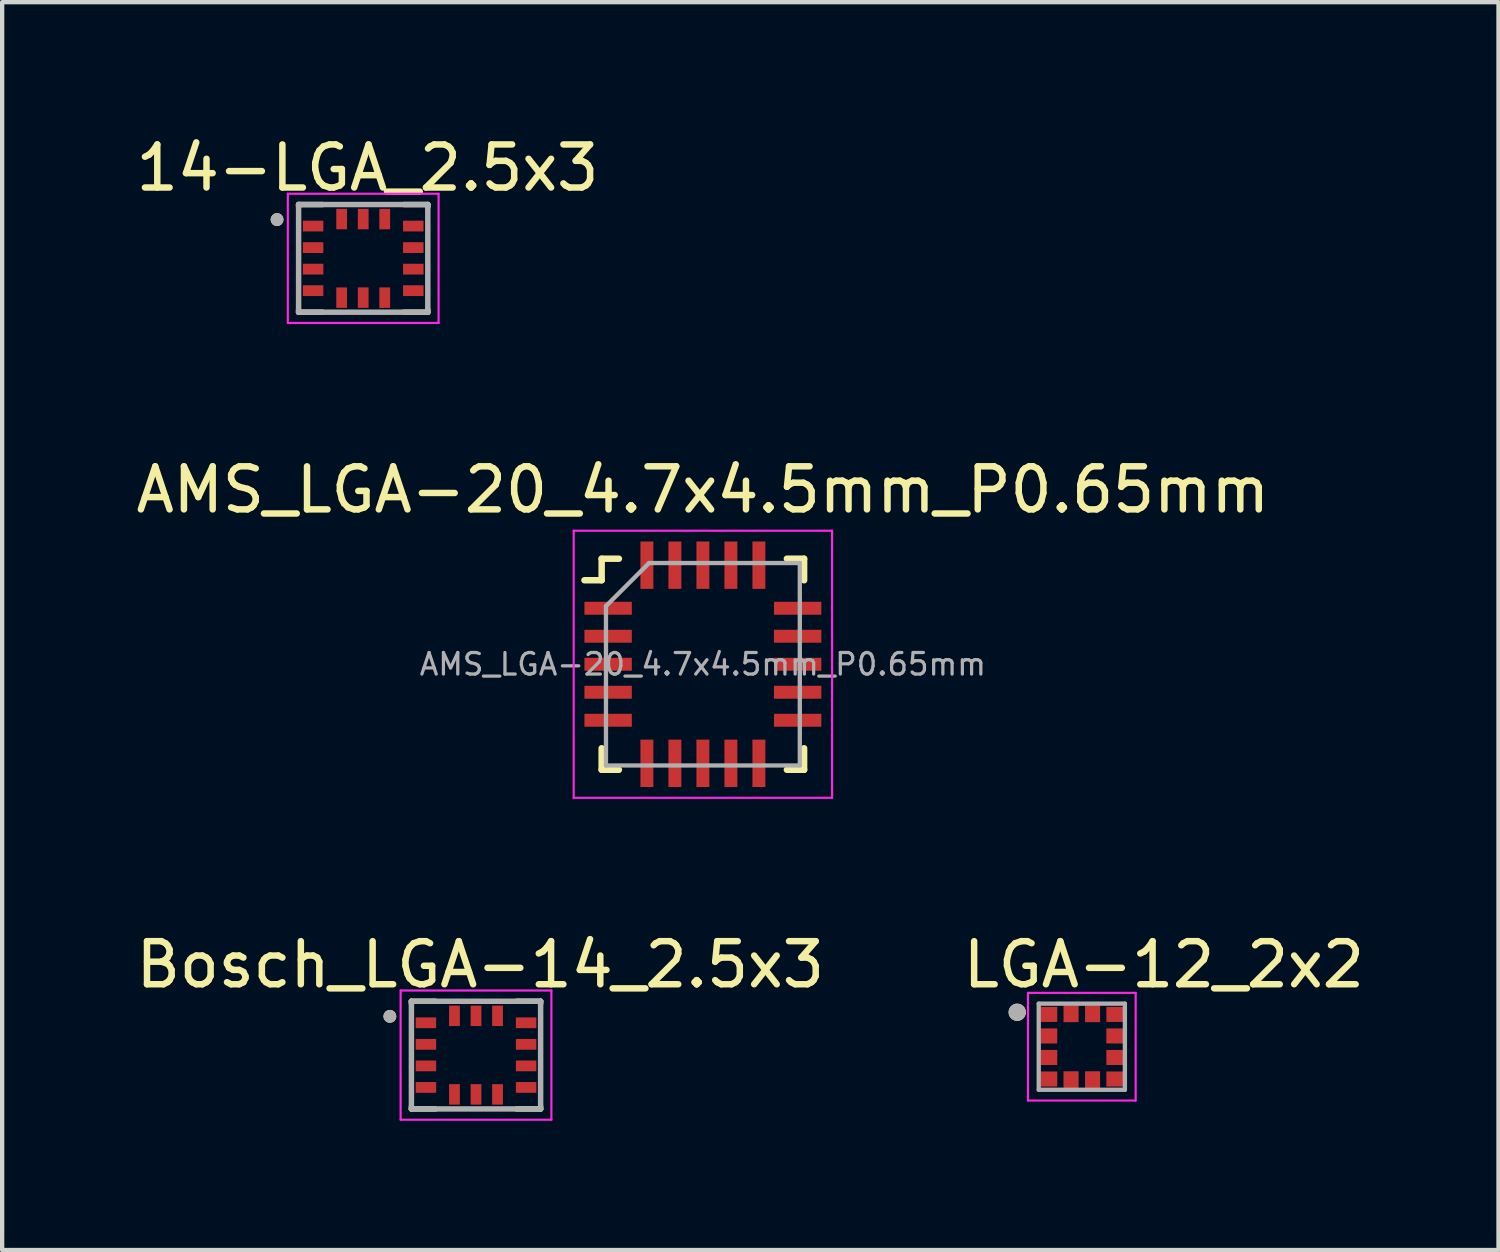
<source format=kicad_pcb>
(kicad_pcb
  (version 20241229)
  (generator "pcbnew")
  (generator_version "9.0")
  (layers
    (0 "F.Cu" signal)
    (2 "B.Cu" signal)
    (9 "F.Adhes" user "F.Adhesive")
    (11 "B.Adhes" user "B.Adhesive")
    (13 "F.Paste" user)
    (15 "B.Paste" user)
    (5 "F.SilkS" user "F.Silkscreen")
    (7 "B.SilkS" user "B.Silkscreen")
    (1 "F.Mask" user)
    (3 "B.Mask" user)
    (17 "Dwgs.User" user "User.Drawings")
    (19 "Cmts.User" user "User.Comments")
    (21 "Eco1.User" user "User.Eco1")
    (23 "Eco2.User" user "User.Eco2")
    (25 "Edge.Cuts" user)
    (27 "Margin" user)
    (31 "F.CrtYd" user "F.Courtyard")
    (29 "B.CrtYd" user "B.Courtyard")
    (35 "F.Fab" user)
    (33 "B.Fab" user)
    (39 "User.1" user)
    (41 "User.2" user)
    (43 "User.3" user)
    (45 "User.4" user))
  (footprint "Bosch_LGA-14_2.5x3"
    (layer "F.Cu")
    (at 8.001 21.445)
    (property "Reference" "Bosch_LGA-14_2.5x3" (at 0.1 -2.1 0) (layer "F.SilkS") (effects (font (size 1 1) (thickness 0.15))))
    (attr smd)
    (fp_line (start -1.5 -1.25) (end -1.5 -1.195) (stroke (width 0.127) (type solid)) (layer "F.SilkS"))
    (fp_line (start -1.5 -1.25) (end -0.945 -1.25) (stroke (width 0.127) (type solid)) (layer "F.SilkS"))
    (fp_line (start -1.5 1.195) (end -1.5 1.25) (stroke (width 0.127) (type solid)) (layer "F.SilkS"))
    (fp_line (start -1.5 1.25) (end -0.945 1.25) (stroke (width 0.127) (type solid)) (layer "F.SilkS"))
    (fp_line (start 0.945 -1.25) (end 1.5 -1.25) (stroke (width 0.127) (type solid)) (layer "F.SilkS"))
    (fp_line (start 0.945 1.25) (end 1.5 1.25) (stroke (width 0.127) (type solid)) (layer "F.SilkS"))
    (fp_line (start 1.5 -1.25) (end 1.5 -1.195) (stroke (width 0.127) (type solid)) (layer "F.SilkS"))
    (fp_line (start 1.5 1.195) (end 1.5 1.25) (stroke (width 0.127) (type solid)) (layer "F.SilkS"))
    (fp_circle (center -2 -0.9) (end -1.925 -0.9) (stroke (width 0.15) (type solid)) (fill no) (layer "F.SilkS"))
    (fp_line (start -1.75 -1.5) (end 1.75 -1.5) (stroke (width 0.05) (type solid)) (layer "F.CrtYd"))
    (fp_line (start -1.75 1.5) (end -1.75 -1.5) (stroke (width 0.05) (type solid)) (layer "F.CrtYd"))
    (fp_line (start 1.75 -1.5) (end 1.75 1.5) (stroke (width 0.05) (type solid)) (layer "F.CrtYd"))
    (fp_line (start 1.75 1.5) (end -1.75 1.5) (stroke (width 0.05) (type solid)) (layer "F.CrtYd"))
    (fp_line (start -1.5 -1.25) (end -1.5 1.25) (stroke (width 0.127) (type solid)) (layer "F.Fab"))
    (fp_line (start -1.5 1.25) (end 1.5 1.25) (stroke (width 0.127) (type solid)) (layer "F.Fab"))
    (fp_line (start 1.5 -1.25) (end -1.5 -1.25) (stroke (width 0.127) (type solid)) (layer "F.Fab"))
    (fp_line (start 1.5 1.25) (end 1.5 -1.25) (stroke (width 0.127) (type solid)) (layer "F.Fab"))
    (fp_circle (center -2 -0.9) (end -1.925 -0.9) (stroke (width 0.15) (type solid)) (fill no) (layer "F.Fab"))
    (pad "1" smd rect (at -1.163 -0.75) (size 0.475 0.25) (layers "F.Cu" "F.Mask" "F.Paste"))
    (pad "2" smd rect (at -1.163 -0.25) (size 0.475 0.25) (layers "F.Cu" "F.Mask" "F.Paste"))
    (pad "3" smd rect (at -1.163 0.25) (size 0.475 0.25) (layers "F.Cu" "F.Mask" "F.Paste"))
    (pad "4" smd rect (at -1.163 0.75) (size 0.475 0.25) (layers "F.Cu" "F.Mask" "F.Paste"))
    (pad "5" smd rect (at -0.5 0.912 90) (size 0.475 0.25) (layers "F.Cu" "F.Mask" "F.Paste"))
    (pad "6" smd rect (at 0 0.912 90) (size 0.475 0.25) (layers "F.Cu" "F.Mask" "F.Paste"))
    (pad "7" smd rect (at 0.5 0.912 90) (size 0.475 0.25) (layers "F.Cu" "F.Mask" "F.Paste"))
    (pad "8" smd rect (at 1.163 0.75) (size 0.475 0.25) (layers "F.Cu" "F.Mask" "F.Paste"))
    (pad "9" smd rect (at 1.163 0.25) (size 0.475 0.25) (layers "F.Cu" "F.Mask" "F.Paste"))
    (pad "10" smd rect (at 1.163 -0.25) (size 0.475 0.25) (layers "F.Cu" "F.Mask" "F.Paste"))
    (pad "11" smd rect (at 1.163 -0.75) (size 0.475 0.25) (layers "F.Cu" "F.Mask" "F.Paste"))
    (pad "12" smd rect (at 0.5 -0.912 90) (size 0.475 0.25) (layers "F.Cu" "F.Mask" "F.Paste"))
    (pad "13" smd rect (at 0 -0.912 90) (size 0.475 0.25) (layers "F.Cu" "F.Mask" "F.Paste"))
    (pad "14" smd rect (at -0.5 -0.912 90) (size 0.475 0.25) (layers "F.Cu" "F.Mask" "F.Paste")))
  (footprint "14-LGA_2.5x3"
    (layer "F.Cu")
    (at 5.382 2.948)
    (property "Reference" "14-LGA_2.5x3" (at 0.1 -2.1 0) (layer "F.SilkS") (effects (font (size 1 1) (thickness 0.15))))
    (attr smd)
    (fp_line (start -1.5 -1.25) (end -1.5 -1.195) (stroke (width 0.127) (type solid)) (layer "F.SilkS"))
    (fp_line (start -1.5 -1.25) (end -0.945 -1.25) (stroke (width 0.127) (type solid)) (layer "F.SilkS"))
    (fp_line (start -1.5 1.195) (end -1.5 1.25) (stroke (width 0.127) (type solid)) (layer "F.SilkS"))
    (fp_line (start -1.5 1.25) (end -0.945 1.25) (stroke (width 0.127) (type solid)) (layer "F.SilkS"))
    (fp_line (start 0.945 -1.25) (end 1.5 -1.25) (stroke (width 0.127) (type solid)) (layer "F.SilkS"))
    (fp_line (start 0.945 1.25) (end 1.5 1.25) (stroke (width 0.127) (type solid)) (layer "F.SilkS"))
    (fp_line (start 1.5 -1.25) (end 1.5 -1.195) (stroke (width 0.127) (type solid)) (layer "F.SilkS"))
    (fp_line (start 1.5 1.195) (end 1.5 1.25) (stroke (width 0.127) (type solid)) (layer "F.SilkS"))
    (fp_circle (center -2 -0.9) (end -1.925 -0.9) (stroke (width 0.15) (type solid)) (fill no) (layer "F.SilkS"))
    (fp_line (start -1.75 -1.5) (end 1.75 -1.5) (stroke (width 0.05) (type solid)) (layer "F.CrtYd"))
    (fp_line (start -1.75 1.5) (end -1.75 -1.5) (stroke (width 0.05) (type solid)) (layer "F.CrtYd"))
    (fp_line (start 1.75 -1.5) (end 1.75 1.5) (stroke (width 0.05) (type solid)) (layer "F.CrtYd"))
    (fp_line (start 1.75 1.5) (end -1.75 1.5) (stroke (width 0.05) (type solid)) (layer "F.CrtYd"))
    (fp_line (start -1.5 -1.25) (end -1.5 1.25) (stroke (width 0.127) (type solid)) (layer "F.Fab"))
    (fp_line (start -1.5 1.25) (end 1.5 1.25) (stroke (width 0.127) (type solid)) (layer "F.Fab"))
    (fp_line (start 1.5 -1.25) (end -1.5 -1.25) (stroke (width 0.127) (type solid)) (layer "F.Fab"))
    (fp_line (start 1.5 1.25) (end 1.5 -1.25) (stroke (width 0.127) (type solid)) (layer "F.Fab"))
    (fp_circle (center -2 -0.9) (end -1.925 -0.9) (stroke (width 0.15) (type solid)) (fill no) (layer "F.Fab"))
    (pad "1" smd rect (at -1.163 -0.75) (size 0.475 0.25) (layers "F.Cu" "F.Mask" "F.Paste"))
    (pad "2" smd rect (at -1.163 -0.25) (size 0.475 0.25) (layers "F.Cu" "F.Mask" "F.Paste"))
    (pad "3" smd rect (at -1.163 0.25) (size 0.475 0.25) (layers "F.Cu" "F.Mask" "F.Paste"))
    (pad "4" smd rect (at -1.163 0.75) (size 0.475 0.25) (layers "F.Cu" "F.Mask" "F.Paste"))
    (pad "5" smd rect (at -0.5 0.912 90) (size 0.475 0.25) (layers "F.Cu" "F.Mask" "F.Paste"))
    (pad "6" smd rect (at 0 0.912 90) (size 0.475 0.25) (layers "F.Cu" "F.Mask" "F.Paste"))
    (pad "7" smd rect (at 0.5 0.912 90) (size 0.475 0.25) (layers "F.Cu" "F.Mask" "F.Paste"))
    (pad "8" smd rect (at 1.163 0.75) (size 0.475 0.25) (layers "F.Cu" "F.Mask" "F.Paste"))
    (pad "9" smd rect (at 1.163 0.25) (size 0.475 0.25) (layers "F.Cu" "F.Mask" "F.Paste"))
    (pad "10" smd rect (at 1.163 -0.25) (size 0.475 0.25) (layers "F.Cu" "F.Mask" "F.Paste"))
    (pad "11" smd rect (at 1.163 -0.75) (size 0.475 0.25) (layers "F.Cu" "F.Mask" "F.Paste"))
    (pad "12" smd rect (at 0.5 -0.912 90) (size 0.475 0.25) (layers "F.Cu" "F.Mask" "F.Paste"))
    (pad "13" smd rect (at 0 -0.912 90) (size 0.475 0.25) (layers "F.Cu" "F.Mask" "F.Paste"))
    (pad "14" smd rect (at -0.5 -0.912 90) (size 0.475 0.25) (layers "F.Cu" "F.Mask" "F.Paste")))
  (footprint "AMS_LGA-20_4.7x4.5mm_P0.65mm"
    (layer "F.Cu")
    (at 13.268 12.371)
    (property "Reference" "AMS_LGA-20_4.7x4.5mm_P0.65mm" (at 0 -4.05 0) (layer "F.SilkS") (effects (font (size 1 1) (thickness 0.15))))
    (attr smd)
    (fp_line (start -2.75 -1.95) (end -2.35 -1.95) (stroke (width 0.15) (type solid)) (layer "F.SilkS"))
    (fp_line (start -2.35 -2.45) (end -1.95 -2.45) (stroke (width 0.15) (type solid)) (layer "F.SilkS"))
    (fp_line (start -2.35 -1.95) (end -2.35 -2.45) (stroke (width 0.15) (type solid)) (layer "F.SilkS"))
    (fp_line (start -2.35 2.45) (end -2.35 1.95) (stroke (width 0.15) (type solid)) (layer "F.SilkS"))
    (fp_line (start -1.95 2.45) (end -2.35 2.45) (stroke (width 0.15) (type solid)) (layer "F.SilkS"))
    (fp_line (start 1.95 -2.45) (end 2.35 -2.45) (stroke (width 0.15) (type solid)) (layer "F.SilkS"))
    (fp_line (start 1.95 2.45) (end 2.35 2.45) (stroke (width 0.15) (type solid)) (layer "F.SilkS"))
    (fp_line (start 2.35 -2.45) (end 2.35 -1.95) (stroke (width 0.15) (type solid)) (layer "F.SilkS"))
    (fp_line (start 2.35 2.45) (end 2.35 1.95) (stroke (width 0.15) (type solid)) (layer "F.SilkS"))
    (fp_line (start -3 -3.1) (end 3 -3.1) (stroke (width 0.05) (type solid)) (layer "F.CrtYd"))
    (fp_line (start -3 3.1) (end -3 -3.1) (stroke (width 0.05) (type solid)) (layer "F.CrtYd"))
    (fp_line (start 3 -3.1) (end 3 3.1) (stroke (width 0.05) (type solid)) (layer "F.CrtYd"))
    (fp_line (start 3 3.1) (end -3 3.1) (stroke (width 0.05) (type solid)) (layer "F.CrtYd"))
    (fp_line (start -2.25 -1.35) (end -1.25 -2.35) (stroke (width 0.1) (type solid)) (layer "F.Fab"))
    (fp_line (start -2.25 2.35) (end -2.25 -1.35) (stroke (width 0.1) (type solid)) (layer "F.Fab"))
    (fp_line (start -1.25 -2.35) (end 2.25 -2.35) (stroke (width 0.1) (type solid)) (layer "F.Fab"))
    (fp_line (start 2.25 -2.35) (end 2.25 2.35) (stroke (width 0.1) (type solid)) (layer "F.Fab"))
    (fp_line (start 2.25 2.35) (end -2.25 2.35) (stroke (width 0.1) (type solid)) (layer "F.Fab"))
    (fp_text user "${REFERENCE}" (at 0 0 0) (layer "F.Fab") (effects (font (size 0.5 0.5) (thickness 0.075))))
    (pad "1" smd rect (at -2.2 -1.3 90) (size 0.3 1.1) (layers "F.Cu" "F.Mask" "F.Paste"))
    (pad "2" smd rect (at -2.2 -0.65 90) (size 0.3 1.1) (layers "F.Cu" "F.Mask" "F.Paste"))
    (pad "3" smd rect (at -2.2 0 90) (size 0.3 1.1) (layers "F.Cu" "F.Mask" "F.Paste"))
    (pad "4" smd rect (at -2.2 0.65 90) (size 0.3 1.1) (layers "F.Cu" "F.Mask" "F.Paste"))
    (pad "5" smd rect (at -2.2 1.3 90) (size 0.3 1.1) (layers "F.Cu" "F.Mask" "F.Paste"))
    (pad "6" smd rect (at -1.3 2.3) (size 0.3 1.1) (layers "F.Cu" "F.Mask" "F.Paste"))
    (pad "7" smd rect (at -0.65 2.3) (size 0.3 1.1) (layers "F.Cu" "F.Mask" "F.Paste"))
    (pad "8" smd rect (at 0 2.3) (size 0.3 1.1) (layers "F.Cu" "F.Mask" "F.Paste"))
    (pad "9" smd rect (at 0.65 2.3) (size 0.3 1.1) (layers "F.Cu" "F.Mask" "F.Paste"))
    (pad "10" smd rect (at 1.3 2.3) (size 0.3 1.1) (layers "F.Cu" "F.Mask" "F.Paste"))
    (pad "11" smd rect (at 2.2 1.3 90) (size 0.3 1.1) (layers "F.Cu" "F.Mask" "F.Paste"))
    (pad "12" smd rect (at 2.2 0.65 90) (size 0.3 1.1) (layers "F.Cu" "F.Mask" "F.Paste"))
    (pad "13" smd rect (at 2.2 0 90) (size 0.3 1.1) (layers "F.Cu" "F.Mask" "F.Paste"))
    (pad "14" smd rect (at 2.2 -0.65 90) (size 0.3 1.1) (layers "F.Cu" "F.Mask" "F.Paste"))
    (pad "15" smd rect (at 2.2 -1.3 90) (size 0.3 1.1) (layers "F.Cu" "F.Mask" "F.Paste"))
    (pad "16" smd rect (at 1.3 -2.3) (size 0.3 1.1) (layers "F.Cu" "F.Mask" "F.Paste"))
    (pad "17" smd rect (at 0.65 -2.3) (size 0.3 1.1) (layers "F.Cu" "F.Mask" "F.Paste"))
    (pad "18" smd rect (at 0 -2.3) (size 0.3 1.1) (layers "F.Cu" "F.Mask" "F.Paste"))
    (pad "19" smd rect (at -0.65 -2.3) (size 0.3 1.1) (layers "F.Cu" "F.Mask" "F.Paste"))
    (pad "20" smd rect (at -1.3 -2.3) (size 0.3 1.1) (layers "F.Cu" "F.Mask" "F.Paste")))
  (footprint "LGA-12_2x2"
    (layer "F.Cu")
    (at 22.065 21.25)
    (property "Reference" "LGA-12_2x2" (at 1.905 -1.905 0) (layer "F.SilkS") (effects (font (size 1 1) (thickness 0.15))))
    (attr smd)
    (fp_circle (center -1.5 -0.8) (end -1.4 -0.8) (stroke (width 0.2) (type solid)) (fill no) (layer "F.SilkS"))
    (fp_line (start -1.25 -1.25) (end 1.25 -1.25) (stroke (width 0.05) (type solid)) (layer "F.CrtYd"))
    (fp_line (start -1.25 1.25) (end -1.25 -1.25) (stroke (width 0.05) (type solid)) (layer "F.CrtYd"))
    (fp_line (start 1.25 -1.25) (end 1.25 1.25) (stroke (width 0.05) (type solid)) (layer "F.CrtYd"))
    (fp_line (start 1.25 1.25) (end -1.25 1.25) (stroke (width 0.05) (type solid)) (layer "F.CrtYd"))
    (fp_line (start -1 -1) (end 1 -1) (stroke (width 0.1) (type solid)) (layer "F.Fab"))
    (fp_line (start -1 1) (end -1 -1) (stroke (width 0.1) (type solid)) (layer "F.Fab"))
    (fp_line (start 1 -1) (end 1 1) (stroke (width 0.1) (type solid)) (layer "F.Fab"))
    (fp_line (start 1 1) (end -1 1) (stroke (width 0.1) (type solid)) (layer "F.Fab"))
    (fp_circle (center -1.5 -0.8) (end -1.4 -0.8) (stroke (width 0.2) (type solid)) (fill no) (layer "F.Fab"))
    (pad "1" smd rect (at -0.765 -0.75) (size 0.39 0.35) (layers "F.Cu" "F.Mask" "F.Paste"))
    (pad "2" smd rect (at -0.765 -0.25) (size 0.39 0.35) (layers "F.Cu" "F.Mask" "F.Paste"))
    (pad "3" smd rect (at -0.765 0.25) (size 0.39 0.35) (layers "F.Cu" "F.Mask" "F.Paste"))
    (pad "4" smd rect (at -0.765 0.75) (size 0.39 0.35) (layers "F.Cu" "F.Mask" "F.Paste"))
    (pad "5" smd rect (at -0.25 0.765) (size 0.35 0.39) (layers "F.Cu" "F.Mask" "F.Paste"))
    (pad "6" smd rect (at 0.25 0.765) (size 0.35 0.39) (layers "F.Cu" "F.Mask" "F.Paste"))
    (pad "7" smd rect (at 0.765 0.75) (size 0.39 0.35) (layers "F.Cu" "F.Mask" "F.Paste"))
    (pad "8" smd rect (at 0.765 0.25) (size 0.39 0.35) (layers "F.Cu" "F.Mask" "F.Paste"))
    (pad "9" smd rect (at 0.765 -0.25) (size 0.39 0.35) (layers "F.Cu" "F.Mask" "F.Paste"))
    (pad "10" smd rect (at 0.765 -0.75) (size 0.39 0.35) (layers "F.Cu" "F.Mask" "F.Paste"))
    (pad "11" smd rect (at 0.25 -0.765) (size 0.35 0.39) (layers "F.Cu" "F.Mask" "F.Paste"))
    (pad "12" smd rect (at -0.25 -0.765) (size 0.35 0.39) (layers "F.Cu" "F.Mask" "F.Paste")))
  (gr_rect
    (start -3 -3)
    (end 31.738 25.97)
    (stroke (width 0.1) (type default))
    (fill no)
    (layer "Edge.Cuts")))
</source>
